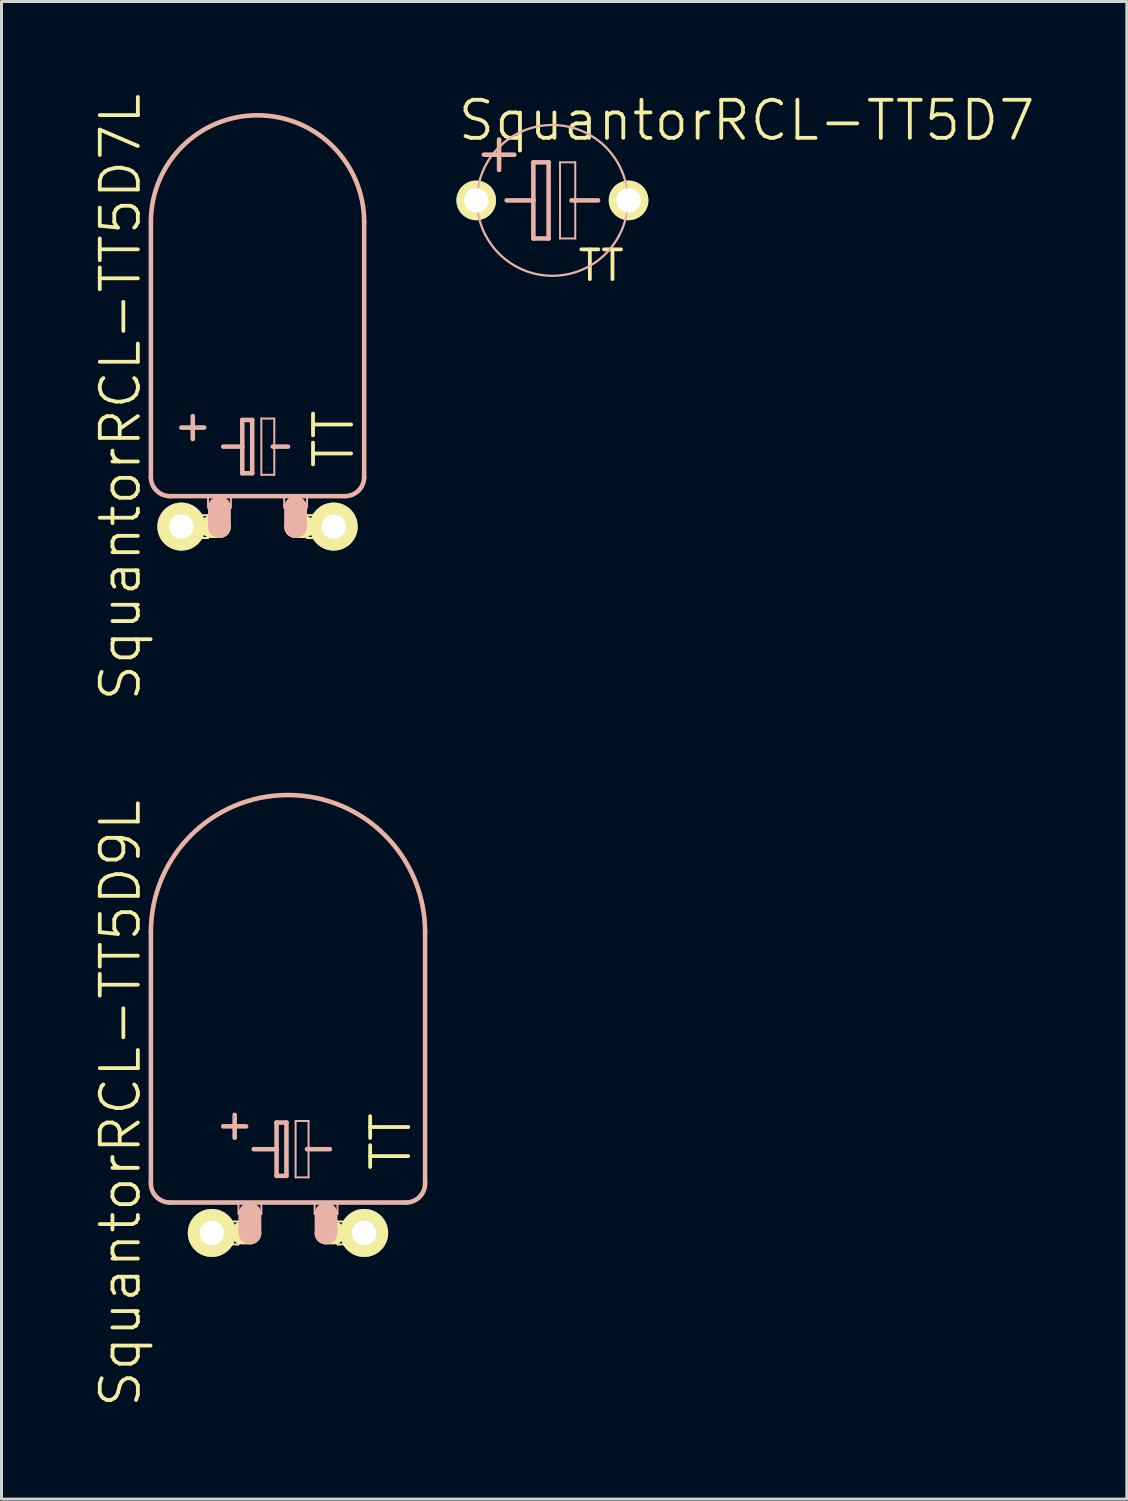
<source format=kicad_pcb>
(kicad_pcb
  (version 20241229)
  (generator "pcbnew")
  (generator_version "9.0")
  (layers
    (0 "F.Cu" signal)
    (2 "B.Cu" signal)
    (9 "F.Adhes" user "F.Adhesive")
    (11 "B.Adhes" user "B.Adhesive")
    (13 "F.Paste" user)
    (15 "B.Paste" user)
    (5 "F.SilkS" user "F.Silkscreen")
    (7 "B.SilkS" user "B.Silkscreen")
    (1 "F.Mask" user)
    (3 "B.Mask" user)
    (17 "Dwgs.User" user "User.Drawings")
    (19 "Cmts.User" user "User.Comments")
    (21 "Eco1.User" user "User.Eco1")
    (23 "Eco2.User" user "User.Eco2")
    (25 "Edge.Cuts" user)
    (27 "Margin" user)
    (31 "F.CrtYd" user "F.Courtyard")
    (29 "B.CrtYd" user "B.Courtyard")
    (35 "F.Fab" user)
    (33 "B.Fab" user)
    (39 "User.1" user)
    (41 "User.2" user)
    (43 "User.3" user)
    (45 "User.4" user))
  (footprint "SquantorRCL-TT5D7L"
    (layer "F.Cu")
    (at 5.538 14.511)
    (property "Reference" "SquantorRCL-TT5D7L" (at -4.572 -4.318 90) (layer "F.SilkS") (effects (font (size 1.27 1.27) (thickness 0.127))))
    (attr exclude_from_pos_files exclude_from_bom)
    (fp_line (start -2.54 -0.381) (end -1.651 -0.381) (stroke (width 0.066) (type solid)) (layer "F.SilkS"))
    (fp_line (start -2.54 0.381) (end -2.54 -0.381) (stroke (width 0.066) (type solid)) (layer "F.SilkS"))
    (fp_line (start -2.54 0.381) (end -1.651 0.381) (stroke (width 0.066) (type solid)) (layer "F.SilkS"))
    (fp_line (start -1.651 0.381) (end -1.651 -0.381) (stroke (width 0.066) (type solid)) (layer "F.SilkS"))
    (fp_line (start -1.524 0) (end -1.27 0) (stroke (width 0.762) (type solid)) (layer "F.SilkS"))
    (fp_line (start 1.524 0) (end 1.27 0) (stroke (width 0.762) (type solid)) (layer "F.SilkS"))
    (fp_line (start 1.651 -0.381) (end 2.54 -0.381) (stroke (width 0.066) (type solid)) (layer "F.SilkS"))
    (fp_line (start 1.651 0.381) (end 1.651 -0.381) (stroke (width 0.066) (type solid)) (layer "F.SilkS"))
    (fp_line (start 1.651 0.381) (end 2.54 0.381) (stroke (width 0.066) (type solid)) (layer "F.SilkS"))
    (fp_line (start 2.54 0.381) (end 2.54 -0.381) (stroke (width 0.066) (type solid)) (layer "F.SilkS"))
    (fp_line (start -3.556 -10.16) (end -3.556 -1.651) (stroke (width 0.152) (type solid)) (layer "B.SilkS"))
    (fp_line (start -2.921 -1.016) (end 2.921 -1.016) (stroke (width 0.152) (type solid)) (layer "B.SilkS"))
    (fp_line (start -2.54 -3.302) (end -1.778 -3.302) (stroke (width 0.152) (type solid)) (layer "B.SilkS"))
    (fp_line (start -2.159 -3.683) (end -2.159 -2.921) (stroke (width 0.152) (type solid)) (layer "B.SilkS"))
    (fp_line (start -1.651 -1.016) (end -0.889 -1.016) (stroke (width 0.066) (type solid)) (layer "B.SilkS"))
    (fp_line (start -1.651 -0.635) (end -1.651 -1.016) (stroke (width 0.066) (type solid)) (layer "B.SilkS"))
    (fp_line (start -1.651 -0.635) (end -0.889 -0.635) (stroke (width 0.066) (type solid)) (layer "B.SilkS"))
    (fp_line (start -1.27 -0.635) (end -1.27 0) (stroke (width 0.762) (type solid)) (layer "B.SilkS"))
    (fp_line (start -1.143 -2.667) (end -0.508 -2.667) (stroke (width 0.152) (type solid)) (layer "B.SilkS"))
    (fp_line (start -0.889 -0.635) (end -0.889 -1.016) (stroke (width 0.066) (type solid)) (layer "B.SilkS"))
    (fp_line (start -0.508 -3.556) (end -0.508 -2.667) (stroke (width 0.152) (type solid)) (layer "B.SilkS"))
    (fp_line (start -0.508 -2.667) (end -0.508 -1.778) (stroke (width 0.152) (type solid)) (layer "B.SilkS"))
    (fp_line (start -0.508 -1.778) (end -0.178 -1.778) (stroke (width 0.152) (type solid)) (layer "B.SilkS"))
    (fp_line (start -0.178 -3.556) (end -0.508 -3.556) (stroke (width 0.152) (type solid)) (layer "B.SilkS"))
    (fp_line (start -0.178 -1.778) (end -0.178 -3.556) (stroke (width 0.152) (type solid)) (layer "B.SilkS"))
    (fp_line (start 0.127 -3.604) (end 0.559 -3.604) (stroke (width 0.066) (type solid)) (layer "B.SilkS"))
    (fp_line (start 0.127 -1.727) (end 0.127 -3.604) (stroke (width 0.066) (type solid)) (layer "B.SilkS"))
    (fp_line (start 0.127 -1.727) (end 0.559 -1.727) (stroke (width 0.066) (type solid)) (layer "B.SilkS"))
    (fp_line (start 0.508 -2.667) (end 1.016 -2.667) (stroke (width 0.152) (type solid)) (layer "B.SilkS"))
    (fp_line (start 0.559 -1.727) (end 0.559 -3.604) (stroke (width 0.066) (type solid)) (layer "B.SilkS"))
    (fp_line (start 0.889 -1.016) (end 1.651 -1.016) (stroke (width 0.066) (type solid)) (layer "B.SilkS"))
    (fp_line (start 0.889 -0.635) (end 0.889 -1.016) (stroke (width 0.066) (type solid)) (layer "B.SilkS"))
    (fp_line (start 0.889 -0.635) (end 1.651 -0.635) (stroke (width 0.066) (type solid)) (layer "B.SilkS"))
    (fp_line (start 1.27 -0.635) (end 1.27 0) (stroke (width 0.762) (type solid)) (layer "B.SilkS"))
    (fp_line (start 1.651 -0.635) (end 1.651 -1.016) (stroke (width 0.066) (type solid)) (layer "B.SilkS"))
    (fp_line (start 3.556 -10.16) (end 3.556 -1.651) (stroke (width 0.152) (type solid)) (layer "B.SilkS"))
    (fp_arc (start -3.556 -10.16) (mid 0 -13.716) (end 3.556 -10.16) (stroke (width 0.1524) (type solid)) (layer "B.SilkS"))
    (fp_arc (start -2.921 -1.016) (mid -3.370013 -1.201987) (end -3.556 -1.651) (stroke (width 0.1524) (type solid)) (layer "B.SilkS"))
    (fp_arc (start 3.556 -1.651) (mid 3.370013 -1.201987) (end 2.921 -1.016) (stroke (width 0.1524) (type solid)) (layer "B.SilkS"))
    (fp_text user "TT" (at 2.54 -2.921 90) (layer "F.SilkS") (effects (font (size 1.27 1.27) (thickness 0.127))))
    (pad "+" thru_hole circle (at -2.54 0) (size 1.6 1.6) (drill 0.813) (layers "*.Cu" "F.Mask" "F.SilkS" "F.Paste"))
    (pad "-" thru_hole circle (at 2.54 0) (size 1.6 1.6) (drill 0.813) (layers "*.Cu" "F.Mask" "F.SilkS" "F.Paste")))
  (footprint "SquantorRCL-TT5D7"
    (layer "F.Cu")
    (at 15.372 3.633)
    (property "Reference" "SquantorRCL-TT5D7" (at 6.477 -2.667 0) (layer "F.SilkS") (effects (font (size 1.27 1.27) (thickness 0.127))))
    (attr exclude_from_pos_files exclude_from_bom)
    (fp_line (start -2.286 -1.524) (end -1.27 -1.524) (stroke (width 0.152) (type solid)) (layer "B.SilkS"))
    (fp_line (start -1.778 -1.016) (end -1.778 -2.032) (stroke (width 0.152) (type solid)) (layer "B.SilkS"))
    (fp_line (start -1.524 0) (end -0.635 0) (stroke (width 0.152) (type solid)) (layer "B.SilkS"))
    (fp_line (start -0.635 -1.27) (end -0.635 0) (stroke (width 0.152) (type solid)) (layer "B.SilkS"))
    (fp_line (start -0.635 0) (end -0.635 1.27) (stroke (width 0.152) (type solid)) (layer "B.SilkS"))
    (fp_line (start -0.635 1.27) (end -0.127 1.27) (stroke (width 0.152) (type solid)) (layer "B.SilkS"))
    (fp_line (start -0.127 -1.27) (end -0.635 -1.27) (stroke (width 0.152) (type solid)) (layer "B.SilkS"))
    (fp_line (start -0.127 1.27) (end -0.127 -1.27) (stroke (width 0.152) (type solid)) (layer "B.SilkS"))
    (fp_line (start 0.254 -1.27) (end 0.762 -1.27) (stroke (width 0.066) (type solid)) (layer "B.SilkS"))
    (fp_line (start 0.254 1.27) (end 0.254 -1.27) (stroke (width 0.066) (type solid)) (layer "B.SilkS"))
    (fp_line (start 0.254 1.27) (end 0.762 1.27) (stroke (width 0.066) (type solid)) (layer "B.SilkS"))
    (fp_line (start 0.635 0) (end 1.524 0) (stroke (width 0.152) (type solid)) (layer "B.SilkS"))
    (fp_line (start 0.762 1.27) (end 0.762 -1.27) (stroke (width 0.066) (type solid)) (layer "B.SilkS"))
    (fp_circle (center 0 0) (end -1.778 1.778) (stroke (width 0.076) (type solid)) (fill no) (layer "B.SilkS"))
    (fp_text user "TT" (at 1.626 2.172 0) (layer "F.SilkS") (effects (font (size 0.991 0.991) (thickness 0.127))))
    (pad "+" thru_hole circle (at -2.54 0) (size 1.321 1.321) (drill 0.813) (layers "*.Cu" "F.Mask" "F.SilkS" "F.Paste"))
    (pad "-" thru_hole circle (at 2.54 0) (size 1.321 1.321) (drill 0.813) (layers "*.Cu" "F.Mask" "F.SilkS" "F.Paste")))
  (footprint "SquantorRCL-TT5D9L"
    (layer "F.Cu")
    (at 6.554 38.068)
    (property "Reference" "SquantorRCL-TT5D9L" (at -5.588 -4.318 90) (layer "F.SilkS") (effects (font (size 1.27 1.27) (thickness 0.127))))
    (attr exclude_from_pos_files exclude_from_bom)
    (fp_line (start -2.54 -0.381) (end -1.651 -0.381) (stroke (width 0.066) (type solid)) (layer "F.SilkS"))
    (fp_line (start -2.54 0.381) (end -2.54 -0.381) (stroke (width 0.066) (type solid)) (layer "F.SilkS"))
    (fp_line (start -2.54 0.381) (end -1.651 0.381) (stroke (width 0.066) (type solid)) (layer "F.SilkS"))
    (fp_line (start -1.651 0.381) (end -1.651 -0.381) (stroke (width 0.066) (type solid)) (layer "F.SilkS"))
    (fp_line (start -1.524 0) (end -1.27 0) (stroke (width 0.762) (type solid)) (layer "F.SilkS"))
    (fp_line (start 1.524 0) (end 1.27 0) (stroke (width 0.762) (type solid)) (layer "F.SilkS"))
    (fp_line (start 1.651 -0.381) (end 2.54 -0.381) (stroke (width 0.066) (type solid)) (layer "F.SilkS"))
    (fp_line (start 1.651 0.381) (end 1.651 -0.381) (stroke (width 0.066) (type solid)) (layer "F.SilkS"))
    (fp_line (start 1.651 0.381) (end 2.54 0.381) (stroke (width 0.066) (type solid)) (layer "F.SilkS"))
    (fp_line (start 2.54 0.381) (end 2.54 -0.381) (stroke (width 0.066) (type solid)) (layer "F.SilkS"))
    (fp_line (start -4.572 -10.033) (end -4.572 -1.651) (stroke (width 0.152) (type solid)) (layer "B.SilkS"))
    (fp_line (start -3.937 -1.016) (end 3.937 -1.016) (stroke (width 0.152) (type solid)) (layer "B.SilkS"))
    (fp_line (start -2.159 -3.556) (end -1.397 -3.556) (stroke (width 0.152) (type solid)) (layer "B.SilkS"))
    (fp_line (start -1.778 -3.937) (end -1.778 -3.175) (stroke (width 0.152) (type solid)) (layer "B.SilkS"))
    (fp_line (start -1.651 -1.016) (end -0.889 -1.016) (stroke (width 0.066) (type solid)) (layer "B.SilkS"))
    (fp_line (start -1.651 -0.635) (end -1.651 -1.016) (stroke (width 0.066) (type solid)) (layer "B.SilkS"))
    (fp_line (start -1.651 -0.635) (end -0.889 -0.635) (stroke (width 0.066) (type solid)) (layer "B.SilkS"))
    (fp_line (start -1.27 -0.635) (end -1.27 0) (stroke (width 0.762) (type solid)) (layer "B.SilkS"))
    (fp_line (start -1.143 -2.794) (end -0.381 -2.794) (stroke (width 0.152) (type solid)) (layer "B.SilkS"))
    (fp_line (start -0.889 -0.635) (end -0.889 -1.016) (stroke (width 0.066) (type solid)) (layer "B.SilkS"))
    (fp_line (start -0.381 -3.683) (end -0.381 -2.794) (stroke (width 0.152) (type solid)) (layer "B.SilkS"))
    (fp_line (start -0.381 -2.794) (end -0.381 -1.905) (stroke (width 0.152) (type solid)) (layer "B.SilkS"))
    (fp_line (start -0.381 -1.905) (end -0.051 -1.905) (stroke (width 0.152) (type solid)) (layer "B.SilkS"))
    (fp_line (start -0.051 -3.683) (end -0.381 -3.683) (stroke (width 0.152) (type solid)) (layer "B.SilkS"))
    (fp_line (start -0.051 -1.905) (end -0.051 -3.683) (stroke (width 0.152) (type solid)) (layer "B.SilkS"))
    (fp_line (start 0.254 -3.734) (end 0.686 -3.734) (stroke (width 0.066) (type solid)) (layer "B.SilkS"))
    (fp_line (start 0.254 -1.854) (end 0.254 -3.734) (stroke (width 0.066) (type solid)) (layer "B.SilkS"))
    (fp_line (start 0.254 -1.854) (end 0.686 -1.854) (stroke (width 0.066) (type solid)) (layer "B.SilkS"))
    (fp_line (start 0.635 -2.794) (end 1.397 -2.794) (stroke (width 0.152) (type solid)) (layer "B.SilkS"))
    (fp_line (start 0.686 -1.854) (end 0.686 -3.734) (stroke (width 0.066) (type solid)) (layer "B.SilkS"))
    (fp_line (start 0.889 -1.016) (end 1.651 -1.016) (stroke (width 0.066) (type solid)) (layer "B.SilkS"))
    (fp_line (start 0.889 -0.635) (end 0.889 -1.016) (stroke (width 0.066) (type solid)) (layer "B.SilkS"))
    (fp_line (start 0.889 -0.635) (end 1.651 -0.635) (stroke (width 0.066) (type solid)) (layer "B.SilkS"))
    (fp_line (start 1.27 -0.635) (end 1.27 0) (stroke (width 0.762) (type solid)) (layer "B.SilkS"))
    (fp_line (start 1.651 -0.635) (end 1.651 -1.016) (stroke (width 0.066) (type solid)) (layer "B.SilkS"))
    (fp_line (start 4.572 -10.033) (end 4.572 -1.651) (stroke (width 0.152) (type solid)) (layer "B.SilkS"))
    (fp_arc (start -4.572 -10.033) (mid 0 -14.605) (end 4.572 -10.033) (stroke (width 0.1524) (type solid)) (layer "B.SilkS"))
    (fp_arc (start -3.937 -1.016) (mid -4.386013 -1.201987) (end -4.572 -1.651) (stroke (width 0.1524) (type solid)) (layer "B.SilkS"))
    (fp_arc (start 4.572 -1.651) (mid 4.386013 -1.201987) (end 3.937 -1.016) (stroke (width 0.1524) (type solid)) (layer "B.SilkS"))
    (fp_text user "TT" (at 3.429 -3.048 90) (layer "F.SilkS") (effects (font (size 1.27 1.27) (thickness 0.127))))
    (pad "+" thru_hole circle (at -2.54 0) (size 1.6 1.6) (drill 0.813) (layers "*.Cu" "F.Mask" "F.SilkS" "F.Paste"))
    (pad "-" thru_hole circle (at 2.54 0) (size 1.6 1.6) (drill 0.813) (layers "*.Cu" "F.Mask" "F.SilkS" "F.Paste")))
  (gr_rect
    (start -3 -3)
    (end 34.528 46.943)
    (stroke (width 0.1) (type default))
    (fill no)
    (layer "Edge.Cuts")))
</source>
